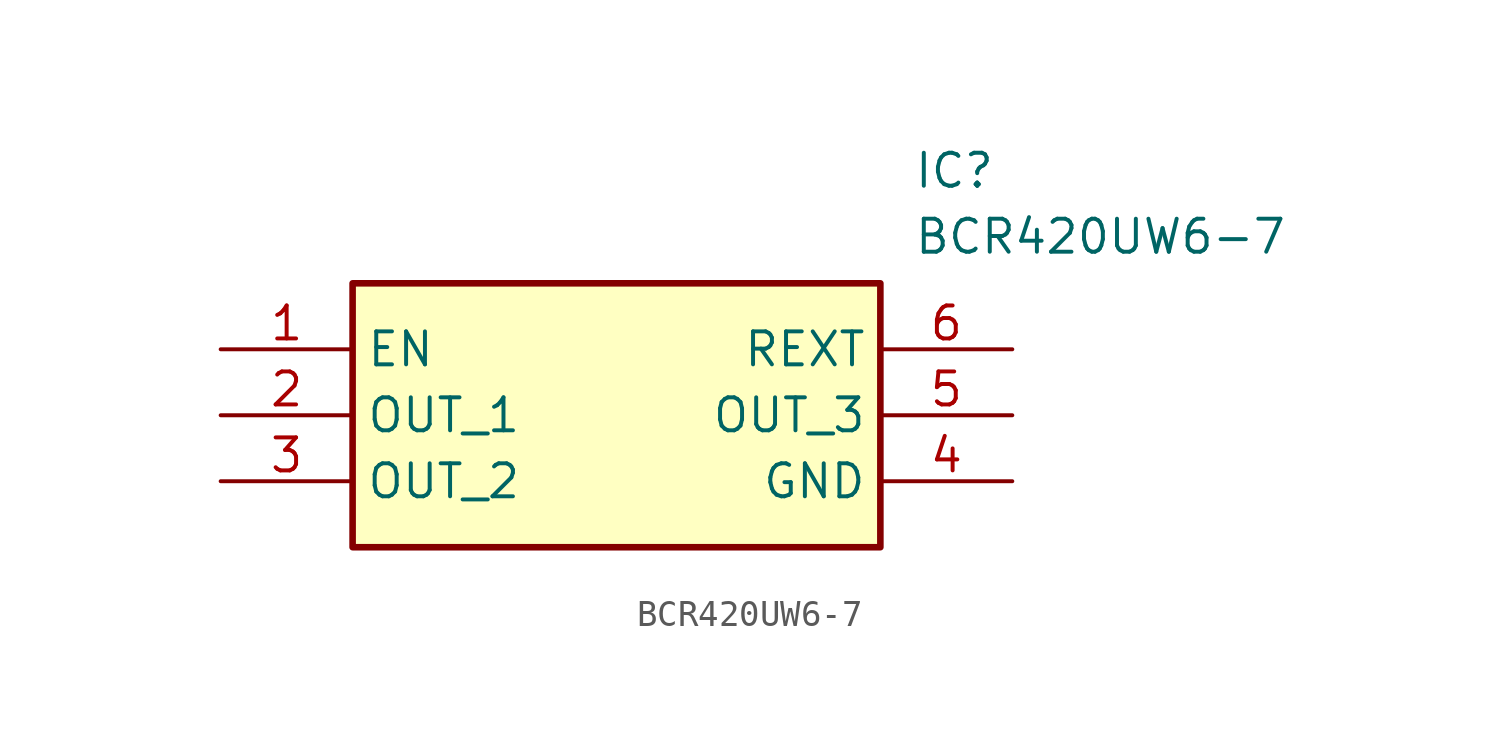
<source format=kicad_sym>
(kicad_symbol_lib
  (version 20211014)
  (generator SamacSys_ECAD_Model)
  (symbol "BCR420UW6-7"
    (property "Reference" "IC"
      (at 26.67 7.62 0)
      (effects (font (size 1.27 1.27)) (justify left top)))
    (property "Value" "BCR420UW6-7"
      (at 26.67 5.08 0)
      (effects (font (size 1.27 1.27)) (justify left top)))
    (rectangle
      (start 5.08 2.54)
      (end 25.4 -7.62)
      (stroke (width 0.254) (type default))
      (fill (type background)))
    (pin passive line
      (at 0 0 0)
      (length 5.08)
      (name "EN" (effects (font (size 1.27 1.27))))
      (number "1" (effects (font (size 1.27 1.27)))))
    (pin passive line
      (at 0 -2.54 0)
      (length 5.08)
      (name "OUT_1" (effects (font (size 1.27 1.27))))
      (number "2" (effects (font (size 1.27 1.27)))))
    (pin passive line
      (at 0 -5.08 0)
      (length 5.08)
      (name "OUT_2" (effects (font (size 1.27 1.27))))
      (number "3" (effects (font (size 1.27 1.27)))))
    (pin passive line
      (at 30.48 0 180)
      (length 5.08)
      (name "REXT" (effects (font (size 1.27 1.27))))
      (number "6" (effects (font (size 1.27 1.27)))))
    (pin passive line
      (at 30.48 -2.54 180)
      (length 5.08)
      (name "OUT_3" (effects (font (size 1.27 1.27))))
      (number "5" (effects (font (size 1.27 1.27)))))
    (pin passive line
      (at 30.48 -5.08 180)
      (length 5.08)
      (name "GND" (effects (font (size 1.27 1.27))))
      (number "4" (effects (font (size 1.27 1.27)))))))
</source>
